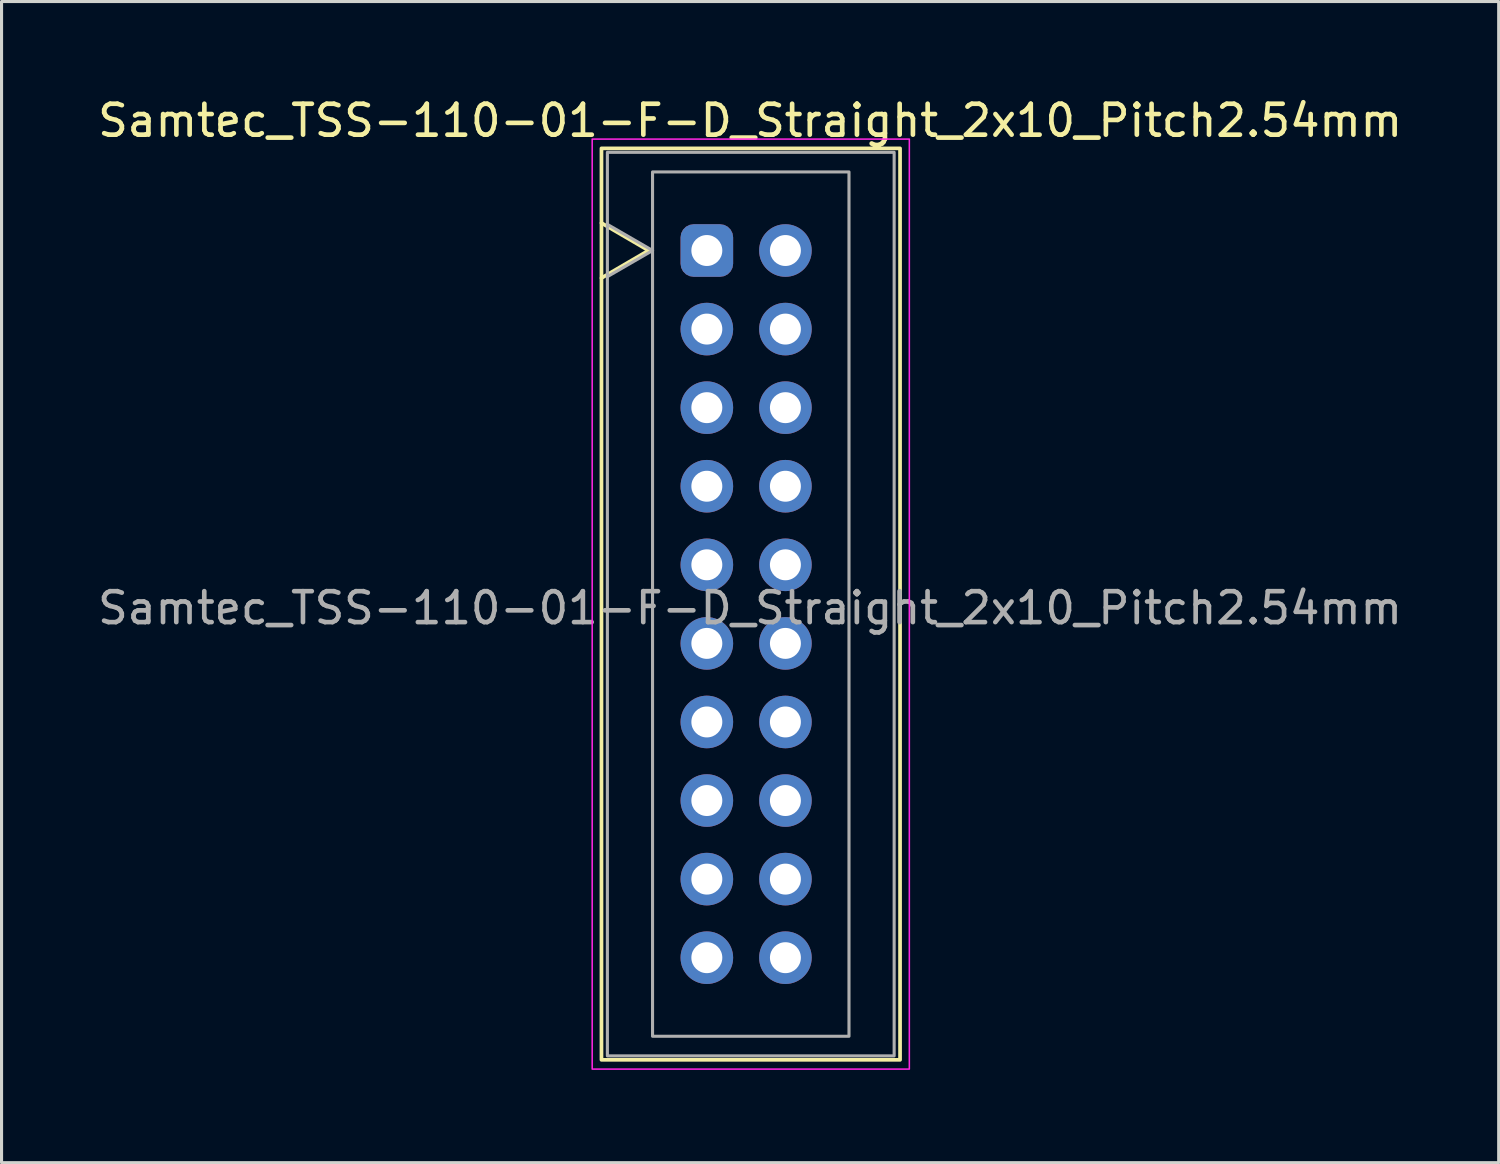
<source format=kicad_pcb>
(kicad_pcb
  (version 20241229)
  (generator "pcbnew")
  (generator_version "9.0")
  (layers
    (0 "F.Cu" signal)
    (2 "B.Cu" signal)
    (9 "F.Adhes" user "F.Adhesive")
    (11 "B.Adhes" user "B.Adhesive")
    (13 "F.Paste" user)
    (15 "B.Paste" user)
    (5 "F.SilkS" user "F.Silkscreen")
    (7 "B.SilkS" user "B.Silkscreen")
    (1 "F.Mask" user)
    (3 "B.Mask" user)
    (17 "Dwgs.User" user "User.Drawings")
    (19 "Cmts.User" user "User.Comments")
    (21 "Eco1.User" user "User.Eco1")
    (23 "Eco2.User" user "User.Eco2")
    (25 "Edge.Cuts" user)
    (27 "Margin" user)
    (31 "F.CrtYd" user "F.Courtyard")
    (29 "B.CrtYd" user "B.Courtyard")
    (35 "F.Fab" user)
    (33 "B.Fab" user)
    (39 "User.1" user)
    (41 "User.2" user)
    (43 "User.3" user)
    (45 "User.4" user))
  (footprint "Samtec_TSS-110-01-F-D_Straight_2x10_Pitch2.54mm"
    (layer "F.Cu")
    (at 19.799 5.048)
    (property "Reference" "Samtec_TSS-110-01-F-D_Straight_2x10_Pitch2.54mm" (at 1.4 -4.2 0) (unlocked yes) (layer "F.SilkS") (effects (font (size 1 1) (thickness 0.15))))
    (attr through_hole)
    (fp_line (start -3.406 0.889) (end -1.882 0) (stroke (width 0.12) (type default)) (layer "F.SilkS"))
    (fp_line (start -1.882 0) (end -3.406 -0.889) (stroke (width 0.12) (type default)) (layer "F.SilkS"))
    (fp_rect (start -3.406 26.162) (end 6.246 -3.302) (stroke (width 0.12) (type default)) (fill no) (layer "F.SilkS"))
    (fp_rect (start -3.706 26.462) (end 6.546 -3.602) (stroke (width 0.05) (type default)) (fill no) (layer "F.CrtYd"))
    (fp_line (start -1.755 0) (end -3.203 -0.838) (stroke (width 0.1) (type default)) (layer "F.Fab"))
    (fp_line (start -1.755 0) (end -3.203 0.838) (stroke (width 0.1) (type default)) (layer "F.Fab"))
    (fp_rect (start -3.215 -3.175) (end 6.055 26.035) (stroke (width 0.1) (type default)) (fill no) (layer "F.Fab"))
    (fp_rect (start -1.755 -2.54) (end 4.595 25.4) (stroke (width 0.1) (type default)) (fill no) (layer "F.Fab"))
    (fp_text user "${REFERENCE}" (at 1.397 11.557 0) (unlocked yes) (layer "F.Fab") (effects (font (size 1 1) (thickness 0.15))))
    (pad "1" thru_hole roundrect (at 0 0) (size 1.7 1.7) (drill 1) (layers "*.Cu" "*.Mask") (roundrect_rratio 0.25))
    (pad "2" thru_hole circle (at 2.54 0) (size 1.7 1.7) (drill 1) (layers "*.Cu" "*.Mask"))
    (pad "3" thru_hole circle (at 0 2.54) (size 1.7 1.7) (drill 1) (layers "*.Cu" "*.Mask"))
    (pad "4" thru_hole circle (at 2.54 2.54) (size 1.7 1.7) (drill 1) (layers "*.Cu" "*.Mask"))
    (pad "5" thru_hole circle (at 0 5.08) (size 1.7 1.7) (drill 1) (layers "*.Cu" "*.Mask"))
    (pad "6" thru_hole circle (at 2.54 5.08) (size 1.7 1.7) (drill 1) (layers "*.Cu" "*.Mask"))
    (pad "7" thru_hole circle (at 0 7.62) (size 1.7 1.7) (drill 1) (layers "*.Cu" "*.Mask"))
    (pad "8" thru_hole circle (at 2.54 7.62) (size 1.7 1.7) (drill 1) (layers "*.Cu" "*.Mask"))
    (pad "9" thru_hole circle (at 0 10.16) (size 1.7 1.7) (drill 1) (layers "*.Cu" "*.Mask"))
    (pad "10" thru_hole circle (at 2.54 10.16) (size 1.7 1.7) (drill 1) (layers "*.Cu" "*.Mask"))
    (pad "11" thru_hole circle (at 0 12.7) (size 1.7 1.7) (drill 1) (layers "*.Cu" "*.Mask"))
    (pad "12" thru_hole circle (at 2.54 12.7) (size 1.7 1.7) (drill 1) (layers "*.Cu" "*.Mask"))
    (pad "13" thru_hole circle (at 0 15.24) (size 1.7 1.7) (drill 1) (layers "*.Cu" "*.Mask"))
    (pad "14" thru_hole circle (at 2.54 15.24) (size 1.7 1.7) (drill 1) (layers "*.Cu" "*.Mask"))
    (pad "15" thru_hole circle (at 0 17.78) (size 1.7 1.7) (drill 1) (layers "*.Cu" "*.Mask"))
    (pad "16" thru_hole circle (at 2.54 17.78) (size 1.7 1.7) (drill 1) (layers "*.Cu" "*.Mask"))
    (pad "17" thru_hole circle (at 0 20.32) (size 1.7 1.7) (drill 1) (layers "*.Cu" "*.Mask"))
    (pad "18" thru_hole circle (at 2.54 20.32) (size 1.7 1.7) (drill 1) (layers "*.Cu" "*.Mask"))
    (pad "19" thru_hole circle (at 0 22.86) (size 1.7 1.7) (drill 1) (layers "*.Cu" "*.Mask"))
    (pad "20" thru_hole circle (at 2.54 22.86) (size 1.7 1.7) (drill 1) (layers "*.Cu" "*.Mask")))
  (gr_rect
    (start -3 -3)
    (end 45.396 34.535)
    (stroke (width 0.1) (type default))
    (fill no)
    (layer "Edge.Cuts")))
</source>
